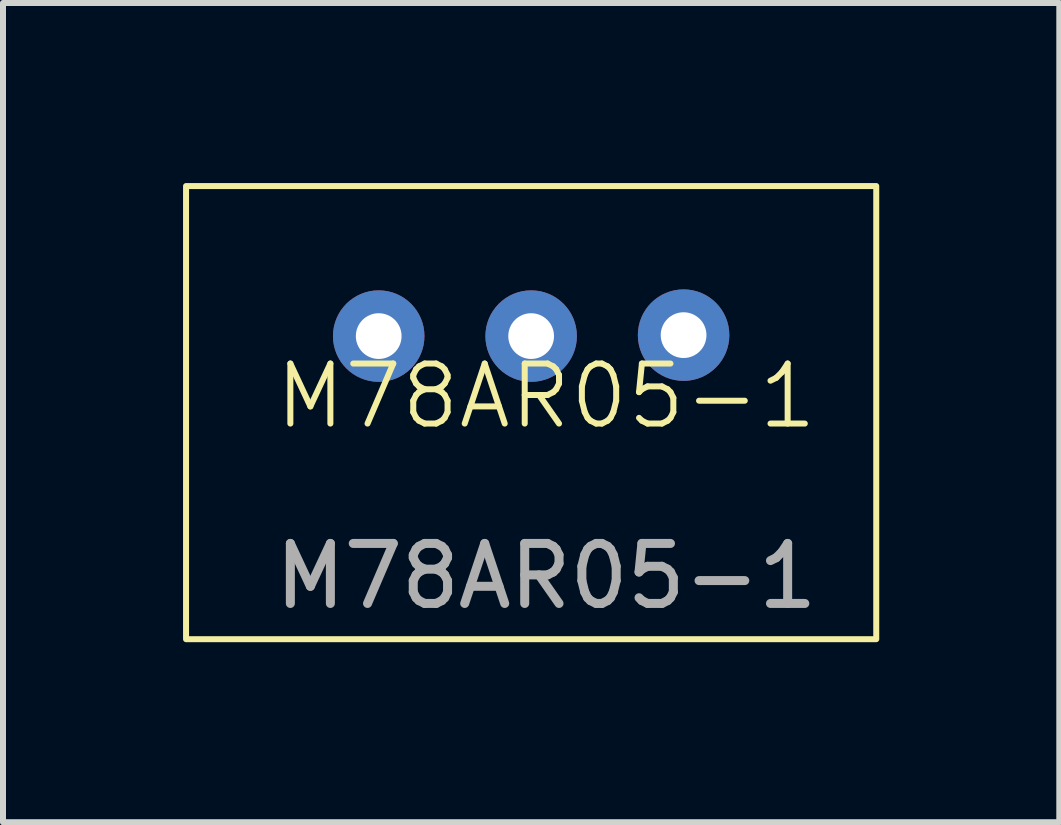
<source format=kicad_pcb>
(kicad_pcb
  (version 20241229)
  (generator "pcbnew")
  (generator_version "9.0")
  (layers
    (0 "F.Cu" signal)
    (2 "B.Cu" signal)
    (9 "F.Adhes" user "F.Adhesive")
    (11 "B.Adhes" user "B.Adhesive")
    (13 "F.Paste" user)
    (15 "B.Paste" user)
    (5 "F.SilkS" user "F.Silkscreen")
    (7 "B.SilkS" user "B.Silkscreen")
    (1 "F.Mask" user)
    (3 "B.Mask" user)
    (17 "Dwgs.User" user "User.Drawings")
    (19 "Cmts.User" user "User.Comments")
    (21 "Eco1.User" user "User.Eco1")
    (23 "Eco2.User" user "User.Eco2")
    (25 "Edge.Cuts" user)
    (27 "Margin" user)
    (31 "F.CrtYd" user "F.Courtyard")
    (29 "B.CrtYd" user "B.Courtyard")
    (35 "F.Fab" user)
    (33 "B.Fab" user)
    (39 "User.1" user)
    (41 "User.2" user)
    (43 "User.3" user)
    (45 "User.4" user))
  (footprint "M78AR05-1"
    (layer "F.Cu")
    (at 6.05 4.05)
    (property "Reference" "M78AR05-1" (at 0 -0.5 0) (unlocked yes) (layer "F.SilkS") (effects (font (size 1 1) (thickness 0.1))))
    (attr through_hole)
    (fp_rect (start -6 -4) (end 5.5 3.55) (stroke (width 0.1) (type default)) (fill no) (layer "F.SilkS"))
    (fp_text user "${REFERENCE}" (at 0 2.5 0) (unlocked yes) (layer "F.Fab") (effects (font (size 1 1) (thickness 0.15))))
    (pad "1" thru_hole circle (at -2.79 -1.5) (size 1.524 1.524) (drill 0.762) (layers "*.Cu" "*.Mask"))
    (pad "2" thru_hole circle (at -0.25 -1.5) (size 1.524 1.524) (drill 0.762) (layers "*.Cu" "*.Mask"))
    (pad "3" thru_hole circle (at 2.29 -1.516) (size 1.524 1.524) (drill 0.762) (layers "*.Cu" "*.Mask")))
  (gr_rect
    (start -3 -3)
    (end 14.6 10.65)
    (stroke (width 0.1) (type default))
    (fill no)
    (layer "Edge.Cuts")))
</source>
